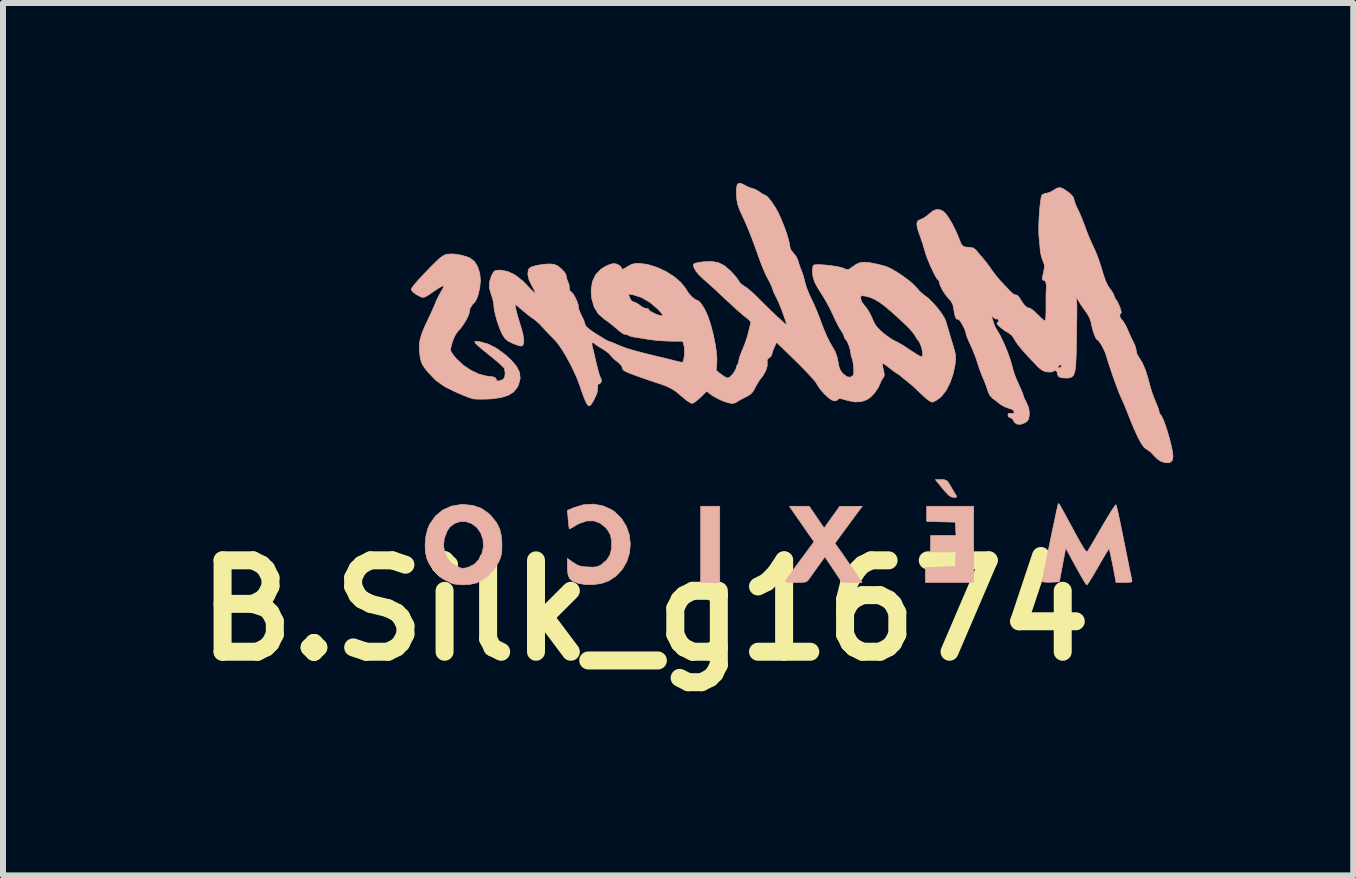
<source format=kicad_pcb>
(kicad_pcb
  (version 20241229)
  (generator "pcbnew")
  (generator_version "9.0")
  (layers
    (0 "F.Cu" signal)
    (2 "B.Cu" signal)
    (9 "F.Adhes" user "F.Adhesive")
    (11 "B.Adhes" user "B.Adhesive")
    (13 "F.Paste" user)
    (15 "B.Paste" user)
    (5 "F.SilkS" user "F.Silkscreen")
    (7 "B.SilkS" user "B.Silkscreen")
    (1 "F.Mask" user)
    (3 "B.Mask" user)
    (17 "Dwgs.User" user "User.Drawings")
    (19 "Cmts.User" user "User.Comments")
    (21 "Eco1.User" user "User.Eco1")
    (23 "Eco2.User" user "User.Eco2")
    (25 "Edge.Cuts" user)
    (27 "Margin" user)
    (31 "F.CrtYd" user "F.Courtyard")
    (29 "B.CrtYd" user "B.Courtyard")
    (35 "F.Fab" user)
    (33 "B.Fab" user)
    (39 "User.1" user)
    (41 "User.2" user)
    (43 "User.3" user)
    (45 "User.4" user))
  (footprint "B.Silk_g1674"
    (layer "F.Cu")
    (at 7.7 7.126)
    (property "Reference" "B.Silk_g1674" (at 0 0 0) (layer "F.SilkS") (effects (font (size 1.524 1.524) (thickness 0.3))))
    (attr through_hole)
    (fp_poly (pts (xy 1.249 -0.466) (xy 0.931 -0.466) (xy 0.931 -1.736) (xy 1.249 -1.736) (xy 1.249 -0.466)) (stroke (width 0.01) (type solid)) (fill yes) (layer "B.SilkS"))
    (fp_poly (pts (xy 5.482 -0.466) (xy 4.678 -0.466) (xy 4.678 -0.718) (xy 4.927 -0.724) (xy 5.175 -0.73) (xy 5.188 -0.974) (xy 4.763 -0.974) (xy 4.763 -1.249) (xy 5.188 -1.249) (xy 5.175 -1.471) (xy 4.699 -1.483) (xy 4.699 -1.736) (xy 5.482 -1.736) (xy 5.482 -0.466)) (stroke (width 0.01) (type solid)) (fill yes) (layer "B.SilkS"))
    (fp_poly (pts (xy 4.995 -2.178) (xy 5.031 -2.164) (xy 5.061 -2.131) (xy 5.092 -2.08) (xy 5.131 -2.013) (xy 5.167 -1.954) (xy 5.181 -1.931) (xy 5.2 -1.898) (xy 5.188 -1.886) (xy 5.15 -1.884) (xy 5.106 -1.893) (xy 5.06 -1.925) (xy 5.005 -1.984) (xy 4.953 -2.046) (xy 4.906 -2.103) (xy 4.883 -2.132) (xy 4.844 -2.18) (xy 4.939 -2.18) (xy 4.995 -2.178)) (stroke (width 0.01) (type solid)) (fill yes) (layer "B.SilkS"))
    (fp_poly (pts (xy 3.573 -1.667) (xy 3.541 -1.624) (xy 3.491 -1.556) (xy 3.428 -1.471) (xy 3.36 -1.378) (xy 3.345 -1.358) (xy 3.169 -1.119) (xy 3.21 -1.062) (xy 3.237 -1.025) (xy 3.282 -0.961) (xy 3.34 -0.877) (xy 3.406 -0.781) (xy 3.437 -0.736) (xy 3.622 -0.466) (xy 3.287 -0.466) (xy 3.145 -0.68) (xy 3.002 -0.894) (xy 2.897 -0.748) (xy 2.842 -0.671) (xy 2.79 -0.598) (xy 2.751 -0.542) (xy 2.746 -0.535) (xy 2.722 -0.502) (xy 2.698 -0.482) (xy 2.665 -0.471) (xy 2.611 -0.467) (xy 2.527 -0.466) (xy 2.512 -0.466) (xy 2.421 -0.467) (xy 2.366 -0.472) (xy 2.342 -0.481) (xy 2.342 -0.492) (xy 2.359 -0.517) (xy 2.397 -0.57) (xy 2.452 -0.645) (xy 2.519 -0.737) (xy 2.589 -0.832) (xy 2.821 -1.145) (xy 2.758 -1.234) (xy 2.72 -1.288) (xy 2.666 -1.366) (xy 2.604 -1.456) (xy 2.553 -1.529) (xy 2.41 -1.736) (xy 2.575 -1.736) (xy 2.741 -1.736) (xy 2.865 -1.554) (xy 2.989 -1.373) (xy 3.119 -1.554) (xy 3.249 -1.735) (xy 3.437 -1.735) (xy 3.625 -1.736) (xy 3.573 -1.667)) (stroke (width 0.01) (type solid)) (fill yes) (layer "B.SilkS"))
    (fp_poly (pts (xy -0.703 -1.745) (xy -0.559 -1.682) (xy -0.504 -1.645) (xy -0.39 -1.533) (xy -0.308 -1.402) (xy -0.259 -1.259) (xy -0.242 -1.109) (xy -0.255 -0.959) (xy -0.3 -0.816) (xy -0.375 -0.685) (xy -0.479 -0.573) (xy -0.601 -0.493) (xy -0.717 -0.451) (xy -0.854 -0.43) (xy -0.994 -0.431) (xy -1.121 -0.454) (xy -1.126 -0.456) (xy -1.204 -0.488) (xy -1.254 -0.532) (xy -1.281 -0.597) (xy -1.291 -0.69) (xy -1.291 -0.724) (xy -1.291 -0.867) (xy -1.195 -0.799) (xy -1.135 -0.761) (xy -1.079 -0.739) (xy -1.01 -0.728) (xy -0.946 -0.724) (xy -0.861 -0.721) (xy -0.803 -0.727) (xy -0.759 -0.743) (xy -0.722 -0.765) (xy -0.631 -0.844) (xy -0.578 -0.934) (xy -0.555 -1.034) (xy -0.553 -1.161) (xy -0.575 -1.262) (xy -0.626 -1.349) (xy -0.649 -1.377) (xy -0.744 -1.455) (xy -0.852 -1.493) (xy -0.97 -1.491) (xy -1.094 -1.449) (xy -1.154 -1.416) (xy -1.209 -1.382) (xy -1.248 -1.362) (xy -1.259 -1.359) (xy -1.263 -1.382) (xy -1.27 -1.435) (xy -1.277 -1.509) (xy -1.278 -1.516) (xy -1.291 -1.667) (xy -1.181 -1.714) (xy -1.022 -1.762) (xy -0.86 -1.772) (xy -0.703 -1.745)) (stroke (width 0.01) (type solid)) (fill yes) (layer "B.SilkS"))
    (fp_poly (pts (xy -2.864 -1.75) (xy -2.725 -1.701) (xy -2.604 -1.617) (xy -2.56 -1.573) (xy -2.474 -1.465) (xy -2.419 -1.357) (xy -2.39 -1.234) (xy -2.382 -1.101) (xy -2.384 -1.003) (xy -2.392 -0.932) (xy -2.409 -0.87) (xy -2.439 -0.802) (xy -2.441 -0.8) (xy -2.512 -0.688) (xy -2.606 -0.586) (xy -2.713 -0.504) (xy -2.808 -0.457) (xy -2.924 -0.432) (xy -3.051 -0.426) (xy -3.172 -0.439) (xy -3.224 -0.454) (xy -3.373 -0.529) (xy -3.497 -0.637) (xy -3.593 -0.774) (xy -3.632 -0.858) (xy -3.658 -0.969) (xy -3.662 -1.079) (xy -3.355 -1.079) (xy -3.343 -1.001) (xy -3.299 -0.88) (xy -3.228 -0.791) (xy -3.145 -0.739) (xy -3.083 -0.712) (xy -3.04 -0.701) (xy -2.997 -0.705) (xy -2.943 -0.719) (xy -2.844 -0.768) (xy -2.767 -0.847) (xy -2.715 -0.947) (xy -2.691 -1.061) (xy -2.697 -1.18) (xy -2.736 -1.292) (xy -2.802 -1.385) (xy -2.887 -1.448) (xy -2.982 -1.48) (xy -3.08 -1.48) (xy -3.172 -1.45) (xy -3.252 -1.388) (xy -3.298 -1.318) (xy -3.344 -1.196) (xy -3.355 -1.079) (xy -3.662 -1.079) (xy -3.663 -1.101) (xy -3.65 -1.238) (xy -3.618 -1.364) (xy -3.587 -1.436) (xy -3.492 -1.571) (xy -3.372 -1.672) (xy -3.23 -1.737) (xy -3.069 -1.765) (xy -3.027 -1.766) (xy -2.864 -1.75)) (stroke (width 0.01) (type solid)) (fill yes) (layer "B.SilkS"))
    (fp_poly (pts (xy 6.907 -1.772) (xy 6.921 -1.751) (xy 6.942 -1.714) (xy 6.975 -1.655) (xy 7.021 -1.571) (xy 7.083 -1.457) (xy 7.135 -1.36) (xy 7.209 -1.224) (xy 7.266 -1.123) (xy 7.309 -1.051) (xy 7.339 -1.006) (xy 7.36 -0.984) (xy 7.374 -0.981) (xy 7.38 -0.985) (xy 7.397 -1.013) (xy 7.432 -1.071) (xy 7.481 -1.154) (xy 7.54 -1.256) (xy 7.606 -1.37) (xy 7.622 -1.398) (xy 7.688 -1.51) (xy 7.747 -1.608) (xy 7.797 -1.686) (xy 7.833 -1.739) (xy 7.853 -1.762) (xy 7.855 -1.762) (xy 7.863 -1.738) (xy 7.878 -1.678) (xy 7.898 -1.587) (xy 7.923 -1.47) (xy 7.952 -1.333) (xy 7.982 -1.181) (xy 7.99 -1.143) (xy 8.021 -0.987) (xy 8.05 -0.844) (xy 8.075 -0.718) (xy 8.096 -0.617) (xy 8.111 -0.544) (xy 8.119 -0.506) (xy 8.12 -0.503) (xy 8.121 -0.483) (xy 8.104 -0.471) (xy 8.06 -0.467) (xy 7.993 -0.466) (xy 7.855 -0.466) (xy 7.841 -0.545) (xy 7.826 -0.624) (xy 7.809 -0.715) (xy 7.79 -0.809) (xy 7.771 -0.897) (xy 7.756 -0.969) (xy 7.744 -1.016) (xy 7.74 -1.03) (xy 7.728 -1.015) (xy 7.699 -0.968) (xy 7.656 -0.897) (xy 7.603 -0.806) (xy 7.559 -0.73) (xy 7.5 -0.628) (xy 7.448 -0.541) (xy 7.406 -0.473) (xy 7.377 -0.433) (xy 7.368 -0.423) (xy 7.353 -0.441) (xy 7.322 -0.49) (xy 7.278 -0.564) (xy 7.226 -0.657) (xy 7.184 -0.732) (xy 7.017 -1.04) (xy 6.911 -0.476) (xy 6.768 -0.47) (xy 6.69 -0.47) (xy 6.64 -0.475) (xy 6.625 -0.485) (xy 6.629 -0.512) (xy 6.641 -0.574) (xy 6.658 -0.664) (xy 6.681 -0.776) (xy 6.707 -0.904) (xy 6.735 -1.042) (xy 6.764 -1.184) (xy 6.793 -1.324) (xy 6.821 -1.455) (xy 6.846 -1.572) (xy 6.866 -1.668) (xy 6.882 -1.737) (xy 6.891 -1.773) (xy 6.892 -1.776) (xy 6.895 -1.78) (xy 6.9 -1.78) (xy 6.907 -1.772)) (stroke (width 0.01) (type solid)) (fill yes) (layer "B.SilkS"))
    (fp_poly (pts (xy -3.086 -5.928) (xy -2.974 -5.898) (xy -2.912 -5.873) (xy -2.841 -5.817) (xy -2.787 -5.73) (xy -2.752 -5.621) (xy -2.74 -5.498) (xy -2.752 -5.38) (xy -2.776 -5.272) (xy -2.802 -5.195) (xy -2.834 -5.141) (xy -2.87 -5.104) (xy -2.913 -5.04) (xy -2.921 -4.992) (xy -2.934 -4.936) (xy -2.968 -4.861) (xy -3.017 -4.778) (xy -3.073 -4.7) (xy -3.124 -4.643) (xy -3.157 -4.596) (xy -3.191 -4.524) (xy -3.219 -4.442) (xy -3.236 -4.367) (xy -3.239 -4.336) (xy -3.225 -4.304) (xy -3.188 -4.251) (xy -3.137 -4.19) (xy -3.127 -4.18) (xy -3.02 -4.083) (xy -2.897 -4.001) (xy -2.769 -3.941) (xy -2.649 -3.908) (xy -2.623 -3.905) (xy -2.543 -3.896) (xy -2.497 -3.882) (xy -2.478 -3.858) (xy -2.477 -3.842) (xy -2.46 -3.826) (xy -2.422 -3.827) (xy -2.375 -3.845) (xy -2.355 -3.858) (xy -2.335 -3.895) (xy -2.329 -3.955) (xy -2.337 -4.017) (xy -2.342 -4.032) (xy -2.363 -4.059) (xy -2.411 -4.105) (xy -2.476 -4.162) (xy -2.527 -4.204) (xy -2.646 -4.3) (xy -2.734 -4.372) (xy -2.793 -4.424) (xy -2.827 -4.458) (xy -2.836 -4.478) (xy -2.824 -4.486) (xy -2.792 -4.485) (xy -2.755 -4.48) (xy -2.613 -4.441) (xy -2.471 -4.369) (xy -2.325 -4.261) (xy -2.228 -4.172) (xy -2.138 -4.068) (xy -2.088 -3.966) (xy -2.078 -3.865) (xy -2.106 -3.76) (xy -2.123 -3.724) (xy -2.184 -3.645) (xy -2.274 -3.587) (xy -2.397 -3.548) (xy -2.554 -3.527) (xy -2.625 -3.523) (xy -2.717 -3.521) (xy -2.797 -3.522) (xy -2.853 -3.526) (xy -2.868 -3.528) (xy -2.955 -3.557) (xy -3.064 -3.601) (xy -3.18 -3.653) (xy -3.289 -3.707) (xy -3.35 -3.74) (xy -3.487 -3.838) (xy -3.611 -3.967) (xy -3.67 -4.041) (xy -3.708 -4.099) (xy -3.73 -4.154) (xy -3.745 -4.219) (xy -3.749 -4.251) (xy -3.76 -4.352) (xy -3.759 -4.442) (xy -3.743 -4.532) (xy -3.711 -4.632) (xy -3.66 -4.753) (xy -3.626 -4.824) (xy -3.579 -4.925) (xy -3.536 -5.019) (xy -3.502 -5.096) (xy -3.482 -5.146) (xy -3.482 -5.146) (xy -3.452 -5.213) (xy -3.412 -5.288) (xy -3.398 -5.312) (xy -3.367 -5.366) (xy -3.353 -5.404) (xy -3.354 -5.414) (xy -3.375 -5.408) (xy -3.423 -5.382) (xy -3.487 -5.341) (xy -3.524 -5.316) (xy -3.599 -5.264) (xy -3.649 -5.233) (xy -3.684 -5.22) (xy -3.714 -5.221) (xy -3.747 -5.233) (xy -3.752 -5.235) (xy -3.815 -5.269) (xy -3.866 -5.309) (xy -3.893 -5.345) (xy -3.895 -5.353) (xy -3.879 -5.383) (xy -3.835 -5.44) (xy -3.763 -5.522) (xy -3.665 -5.627) (xy -3.567 -5.729) (xy -3.482 -5.813) (xy -3.418 -5.871) (xy -3.369 -5.908) (xy -3.326 -5.93) (xy -3.292 -5.939) (xy -3.198 -5.943) (xy -3.086 -5.928)) (stroke (width 0.01) (type solid)) (fill yes) (layer "B.SilkS"))
    (fp_poly (pts (xy 6.972 -7.031) (xy 6.996 -7.017) (xy 7.088 -6.951) (xy 7.141 -6.893) (xy 7.154 -6.854) (xy 7.164 -6.815) (xy 7.187 -6.753) (xy 7.215 -6.693) (xy 7.252 -6.615) (xy 7.294 -6.515) (xy 7.333 -6.412) (xy 7.341 -6.389) (xy 7.381 -6.283) (xy 7.428 -6.17) (xy 7.473 -6.072) (xy 7.48 -6.058) (xy 7.521 -5.967) (xy 7.564 -5.855) (xy 7.601 -5.742) (xy 7.61 -5.714) (xy 7.65 -5.581) (xy 7.686 -5.481) (xy 7.723 -5.407) (xy 7.763 -5.35) (xy 7.768 -5.345) (xy 7.804 -5.29) (xy 7.822 -5.249) (xy 7.838 -5.206) (xy 7.85 -5.186) (xy 7.873 -5.156) (xy 7.898 -5.105) (xy 7.922 -5.048) (xy 7.938 -4.996) (xy 7.943 -4.963) (xy 7.939 -4.957) (xy 7.919 -4.932) (xy 7.921 -4.891) (xy 7.945 -4.851) (xy 7.954 -4.843) (xy 7.981 -4.81) (xy 8.016 -4.751) (xy 8.05 -4.678) (xy 8.086 -4.594) (xy 8.124 -4.514) (xy 8.15 -4.462) (xy 8.177 -4.399) (xy 8.191 -4.343) (xy 8.191 -4.333) (xy 8.204 -4.277) (xy 8.229 -4.231) (xy 8.294 -4.127) (xy 8.347 -4.004) (xy 8.394 -3.85) (xy 8.404 -3.81) (xy 8.433 -3.704) (xy 8.467 -3.597) (xy 8.502 -3.507) (xy 8.513 -3.482) (xy 8.543 -3.411) (xy 8.565 -3.352) (xy 8.572 -3.319) (xy 8.582 -3.282) (xy 8.59 -3.273) (xy 8.614 -3.241) (xy 8.645 -3.176) (xy 8.678 -3.087) (xy 8.712 -2.983) (xy 8.745 -2.871) (xy 8.773 -2.762) (xy 8.793 -2.663) (xy 8.804 -2.584) (xy 8.805 -2.559) (xy 8.79 -2.496) (xy 8.748 -2.462) (xy 8.68 -2.461) (xy 8.604 -2.485) (xy 8.55 -2.52) (xy 8.495 -2.573) (xy 8.483 -2.587) (xy 8.433 -2.64) (xy 8.377 -2.68) (xy 8.364 -2.687) (xy 8.324 -2.718) (xy 8.277 -2.783) (xy 8.223 -2.882) (xy 8.16 -3.018) (xy 8.088 -3.192) (xy 8.051 -3.287) (xy 8.013 -3.382) (xy 7.975 -3.472) (xy 7.943 -3.544) (xy 7.932 -3.567) (xy 7.912 -3.613) (xy 7.882 -3.69) (xy 7.846 -3.788) (xy 7.807 -3.897) (xy 7.769 -4.008) (xy 7.735 -4.11) (xy 7.708 -4.194) (xy 7.695 -4.243) (xy 7.674 -4.302) (xy 7.643 -4.369) (xy 7.608 -4.433) (xy 7.574 -4.483) (xy 7.549 -4.508) (xy 7.546 -4.508) (xy 7.526 -4.528) (xy 7.501 -4.579) (xy 7.475 -4.652) (xy 7.452 -4.738) (xy 7.436 -4.818) (xy 7.417 -4.871) (xy 7.38 -4.939) (xy 7.343 -4.992) (xy 7.291 -5.065) (xy 7.243 -5.138) (xy 7.218 -5.18) (xy 7.196 -5.217) (xy 7.188 -5.221) (xy 7.191 -5.207) (xy 7.195 -5.188) (xy 7.199 -5.16) (xy 7.201 -5.12) (xy 7.203 -5.063) (xy 7.203 -4.986) (xy 7.202 -4.884) (xy 7.2 -4.753) (xy 7.198 -4.589) (xy 7.194 -4.388) (xy 7.193 -4.317) (xy 7.188 -4.168) (xy 7.181 -4.056) (xy 7.168 -3.976) (xy 7.148 -3.923) (xy 7.118 -3.892) (xy 7.078 -3.877) (xy 7.029 -3.873) (xy 6.947 -3.879) (xy 6.9 -3.896) (xy 6.881 -3.93) (xy 6.879 -3.95) (xy 6.866 -3.988) (xy 6.838 -4.002) (xy 6.809 -3.985) (xy 6.808 -3.984) (xy 6.782 -3.975) (xy 6.731 -3.974) (xy 6.713 -3.975) (xy 6.659 -3.986) (xy 6.611 -4.012) (xy 6.566 -4.051) (xy 6.879 -4.051) (xy 6.896 -4.044) (xy 6.911 -4.043) (xy 6.938 -4.06) (xy 6.943 -4.077) (xy 6.937 -4.1) (xy 6.914 -4.088) (xy 6.911 -4.085) (xy 6.885 -4.06) (xy 6.879 -4.051) (xy 6.566 -4.051) (xy 6.556 -4.06) (xy 6.523 -4.093) (xy 6.395 -4.228) (xy 6.297 -4.336) (xy 6.226 -4.422) (xy 6.181 -4.486) (xy 6.161 -4.523) (xy 6.12 -4.584) (xy 6.068 -4.624) (xy 6.008 -4.659) (xy 5.943 -4.707) (xy 5.927 -4.721) (xy 5.883 -4.762) (xy 5.87 -4.787) (xy 5.883 -4.804) (xy 5.884 -4.805) (xy 5.904 -4.827) (xy 5.889 -4.851) (xy 5.868 -4.864) (xy 5.863 -4.859) (xy 5.85 -4.858) (xy 5.818 -4.88) (xy 5.817 -4.881) (xy 5.785 -4.908) (xy 5.778 -4.906) (xy 5.788 -4.879) (xy 5.806 -4.823) (xy 5.816 -4.784) (xy 5.837 -4.73) (xy 5.871 -4.672) (xy 5.874 -4.667) (xy 5.912 -4.605) (xy 5.958 -4.514) (xy 6.006 -4.407) (xy 6.051 -4.295) (xy 6.089 -4.189) (xy 6.115 -4.102) (xy 6.119 -4.085) (xy 6.143 -3.996) (xy 6.176 -3.899) (xy 6.196 -3.852) (xy 6.242 -3.749) (xy 6.274 -3.678) (xy 6.293 -3.633) (xy 6.303 -3.605) (xy 6.307 -3.59) (xy 6.308 -3.584) (xy 6.317 -3.557) (xy 6.341 -3.506) (xy 6.362 -3.465) (xy 6.399 -3.377) (xy 6.41 -3.295) (xy 6.409 -3.265) (xy 6.401 -3.2) (xy 6.381 -3.161) (xy 6.34 -3.13) (xy 6.336 -3.128) (xy 6.267 -3.102) (xy 6.206 -3.105) (xy 6.163 -3.134) (xy 6.152 -3.157) (xy 6.125 -3.197) (xy 6.098 -3.211) (xy 6.063 -3.226) (xy 6.054 -3.258) (xy 6.055 -3.276) (xy 6.073 -3.285) (xy 6.109 -3.284) (xy 6.149 -3.285) (xy 6.157 -3.307) (xy 6.156 -3.315) (xy 6.129 -3.348) (xy 6.067 -3.37) (xy 5.995 -3.396) (xy 5.925 -3.437) (xy 5.915 -3.445) (xy 5.856 -3.492) (xy 5.8 -3.534) (xy 5.792 -3.541) (xy 5.745 -3.594) (xy 5.715 -3.668) (xy 5.692 -3.741) (xy 5.659 -3.826) (xy 5.643 -3.863) (xy 5.611 -3.94) (xy 5.576 -4.035) (xy 5.548 -4.121) (xy 5.515 -4.221) (xy 5.471 -4.333) (xy 5.429 -4.427) (xy 5.394 -4.504) (xy 5.368 -4.568) (xy 5.356 -4.608) (xy 5.355 -4.613) (xy 5.346 -4.653) (xy 5.323 -4.708) (xy 5.293 -4.766) (xy 5.261 -4.818) (xy 5.235 -4.85) (xy 5.223 -4.854) (xy 5.196 -4.857) (xy 5.173 -4.902) (xy 5.155 -4.989) (xy 5.152 -5.013) (xy 5.136 -5.095) (xy 5.104 -5.156) (xy 5.068 -5.196) (xy 5.016 -5.258) (xy 4.967 -5.331) (xy 4.93 -5.403) (xy 4.911 -5.459) (xy 4.911 -5.469) (xy 4.9 -5.501) (xy 4.892 -5.507) (xy 4.87 -5.531) (xy 4.838 -5.585) (xy 4.8 -5.661) (xy 4.759 -5.749) (xy 4.721 -5.84) (xy 4.689 -5.924) (xy 4.669 -5.99) (xy 4.64 -6.089) (xy 4.604 -6.198) (xy 4.581 -6.262) (xy 4.544 -6.371) (xy 4.534 -6.448) (xy 4.552 -6.496) (xy 4.593 -6.516) (xy 4.638 -6.534) (xy 4.696 -6.573) (xy 4.736 -6.606) (xy 4.807 -6.663) (xy 4.869 -6.685) (xy 4.93 -6.676) (xy 4.974 -6.653) (xy 5.015 -6.615) (xy 5.066 -6.545) (xy 5.121 -6.452) (xy 5.175 -6.346) (xy 5.224 -6.234) (xy 5.24 -6.191) (xy 5.27 -6.118) (xy 5.298 -6.077) (xy 5.336 -6.059) (xy 5.394 -6.054) (xy 5.403 -6.054) (xy 5.476 -6.042) (xy 5.519 -6.008) (xy 5.555 -5.965) (xy 5.604 -5.907) (xy 5.632 -5.875) (xy 5.689 -5.806) (xy 5.75 -5.724) (xy 5.778 -5.683) (xy 5.835 -5.605) (xy 5.902 -5.522) (xy 5.939 -5.482) (xy 6 -5.417) (xy 6.061 -5.352) (xy 6.093 -5.318) (xy 6.138 -5.278) (xy 6.175 -5.26) (xy 6.185 -5.261) (xy 6.215 -5.25) (xy 6.252 -5.203) (xy 6.265 -5.181) (xy 6.32 -5.097) (xy 6.37 -5.051) (xy 6.414 -5.038) (xy 6.444 -5.024) (xy 6.492 -4.986) (xy 6.548 -4.933) (xy 6.549 -4.932) (xy 6.603 -4.879) (xy 6.646 -4.841) (xy 6.671 -4.826) (xy 6.671 -4.826) (xy 6.679 -4.846) (xy 6.685 -4.9) (xy 6.688 -4.98) (xy 6.688 -5.064) (xy 6.688 -5.163) (xy 6.688 -5.248) (xy 6.689 -5.309) (xy 6.691 -5.334) (xy 6.695 -5.407) (xy 6.686 -5.466) (xy 6.668 -5.499) (xy 6.657 -5.503) (xy 6.636 -5.506) (xy 6.627 -5.521) (xy 6.63 -5.558) (xy 6.644 -5.623) (xy 6.649 -5.646) (xy 6.662 -5.717) (xy 6.658 -5.769) (xy 6.637 -5.825) (xy 6.636 -5.827) (xy 6.611 -5.899) (xy 6.594 -5.982) (xy 6.592 -6.006) (xy 6.585 -6.086) (xy 6.576 -6.182) (xy 6.571 -6.234) (xy 6.567 -6.31) (xy 6.567 -6.408) (xy 6.571 -6.517) (xy 6.578 -6.629) (xy 6.587 -6.734) (xy 6.598 -6.825) (xy 6.609 -6.892) (xy 6.621 -6.926) (xy 6.622 -6.927) (xy 6.662 -6.948) (xy 6.696 -6.954) (xy 6.747 -6.968) (xy 6.804 -6.998) (xy 6.807 -7) (xy 6.871 -7.039) (xy 6.921 -7.049) (xy 6.972 -7.031)) (stroke (width 0.01) (type solid)) (fill yes) (layer "B.SilkS"))
    (fp_poly (pts (xy 1.605 -7.119) (xy 1.664 -7.089) (xy 1.725 -7.057) (xy 1.78 -7.038) (xy 1.791 -7.036) (xy 1.839 -7.02) (xy 1.897 -6.986) (xy 1.912 -6.976) (xy 1.961 -6.942) (xy 1.999 -6.923) (xy 2.007 -6.921) (xy 2.035 -6.904) (xy 2.077 -6.859) (xy 2.126 -6.793) (xy 2.176 -6.716) (xy 2.221 -6.637) (xy 2.228 -6.621) (xy 2.276 -6.516) (xy 2.321 -6.404) (xy 2.361 -6.294) (xy 2.391 -6.196) (xy 2.41 -6.12) (xy 2.413 -6.088) (xy 2.429 -6.019) (xy 2.475 -5.959) (xy 2.52 -5.904) (xy 2.55 -5.844) (xy 2.552 -5.835) (xy 2.57 -5.775) (xy 2.596 -5.701) (xy 2.608 -5.674) (xy 2.638 -5.59) (xy 2.663 -5.498) (xy 2.669 -5.472) (xy 2.689 -5.401) (xy 2.723 -5.311) (xy 2.764 -5.22) (xy 2.77 -5.207) (xy 2.811 -5.121) (xy 2.859 -5.01) (xy 2.907 -4.89) (xy 2.943 -4.794) (xy 2.986 -4.682) (xy 3.034 -4.571) (xy 3.081 -4.475) (xy 3.117 -4.413) (xy 3.174 -4.313) (xy 3.207 -4.217) (xy 3.22 -4.149) (xy 3.237 -4.063) (xy 3.26 -4.002) (xy 3.299 -3.951) (xy 3.307 -3.943) (xy 3.37 -3.895) (xy 3.426 -3.887) (xy 3.473 -3.918) (xy 3.477 -3.924) (xy 3.484 -3.956) (xy 3.483 -4.015) (xy 3.478 -4.084) (xy 3.469 -4.149) (xy 3.458 -4.194) (xy 3.455 -4.201) (xy 3.442 -4.237) (xy 3.437 -4.266) (xy 3.424 -4.344) (xy 3.401 -4.421) (xy 3.374 -4.482) (xy 3.355 -4.509) (xy 3.328 -4.545) (xy 3.323 -4.565) (xy 3.311 -4.601) (xy 3.282 -4.651) (xy 3.273 -4.663) (xy 3.242 -4.713) (xy 3.202 -4.788) (xy 3.159 -4.878) (xy 3.14 -4.921) (xy 3.088 -5.029) (xy 3.026 -5.145) (xy 2.994 -5.199) (xy 3.598 -5.199) (xy 3.616 -5.143) (xy 3.664 -5.08) (xy 3.669 -5.074) (xy 3.715 -5.015) (xy 3.761 -4.935) (xy 3.791 -4.869) (xy 3.826 -4.788) (xy 3.868 -4.725) (xy 3.929 -4.664) (xy 3.968 -4.629) (xy 4.04 -4.573) (xy 4.109 -4.525) (xy 4.163 -4.495) (xy 4.166 -4.494) (xy 4.221 -4.466) (xy 4.294 -4.424) (xy 4.357 -4.384) (xy 4.459 -4.316) (xy 4.531 -4.27) (xy 4.579 -4.242) (xy 4.608 -4.23) (xy 4.623 -4.232) (xy 4.63 -4.245) (xy 4.631 -4.253) (xy 4.63 -4.299) (xy 4.619 -4.362) (xy 4.615 -4.379) (xy 4.594 -4.44) (xy 4.569 -4.486) (xy 4.564 -4.493) (xy 4.534 -4.531) (xy 4.502 -4.584) (xy 4.469 -4.632) (xy 4.416 -4.693) (xy 4.367 -4.743) (xy 4.221 -4.881) (xy 4.099 -4.99) (xy 3.996 -5.076) (xy 3.909 -5.14) (xy 3.832 -5.185) (xy 3.761 -5.217) (xy 3.692 -5.236) (xy 3.677 -5.239) (xy 3.625 -5.247) (xy 3.603 -5.238) (xy 3.598 -5.208) (xy 3.598 -5.199) (xy 2.994 -5.199) (xy 2.964 -5.249) (xy 2.95 -5.271) (xy 2.879 -5.383) (xy 2.832 -5.473) (xy 2.805 -5.554) (xy 2.795 -5.634) (xy 2.794 -5.664) (xy 2.799 -5.725) (xy 2.815 -5.755) (xy 2.831 -5.761) (xy 2.887 -5.765) (xy 2.97 -5.761) (xy 3.066 -5.752) (xy 3.163 -5.739) (xy 3.247 -5.723) (xy 3.306 -5.707) (xy 3.316 -5.703) (xy 3.361 -5.682) (xy 3.393 -5.682) (xy 3.431 -5.705) (xy 3.454 -5.722) (xy 3.526 -5.771) (xy 3.59 -5.798) (xy 3.661 -5.805) (xy 3.753 -5.796) (xy 3.791 -5.789) (xy 3.882 -5.771) (xy 3.969 -5.749) (xy 4.032 -5.73) (xy 4.109 -5.694) (xy 4.203 -5.639) (xy 4.302 -5.573) (xy 4.396 -5.504) (xy 4.474 -5.438) (xy 4.526 -5.384) (xy 4.529 -5.38) (xy 4.584 -5.318) (xy 4.647 -5.263) (xy 4.664 -5.251) (xy 4.732 -5.199) (xy 4.807 -5.124) (xy 4.882 -5.038) (xy 4.948 -4.95) (xy 4.997 -4.87) (xy 5.018 -4.82) (xy 5.034 -4.764) (xy 5.059 -4.679) (xy 5.089 -4.578) (xy 5.117 -4.487) (xy 5.149 -4.383) (xy 5.169 -4.308) (xy 5.18 -4.25) (xy 5.182 -4.198) (xy 5.177 -4.141) (xy 5.169 -4.078) (xy 5.136 -3.93) (xy 5.086 -3.79) (xy 5.023 -3.668) (xy 4.95 -3.573) (xy 4.906 -3.534) (xy 4.851 -3.498) (xy 4.807 -3.475) (xy 4.793 -3.471) (xy 4.751 -3.488) (xy 4.684 -3.538) (xy 4.593 -3.622) (xy 4.552 -3.662) (xy 4.481 -3.729) (xy 4.403 -3.796) (xy 4.36 -3.831) (xy 4.306 -3.873) (xy 4.267 -3.905) (xy 4.255 -3.917) (xy 4.229 -3.937) (xy 4.199 -3.954) (xy 4.158 -3.981) (xy 4.101 -4.024) (xy 4.064 -4.053) (xy 4.013 -4.093) (xy 3.976 -4.116) (xy 3.963 -4.118) (xy 3.962 -4.094) (xy 3.97 -4.042) (xy 3.978 -4.009) (xy 3.991 -3.944) (xy 3.989 -3.904) (xy 3.972 -3.876) (xy 3.94 -3.826) (xy 3.929 -3.798) (xy 3.89 -3.713) (xy 3.831 -3.626) (xy 3.762 -3.554) (xy 3.706 -3.515) (xy 3.608 -3.48) (xy 3.501 -3.475) (xy 3.376 -3.5) (xy 3.348 -3.508) (xy 3.278 -3.528) (xy 3.239 -3.531) (xy 3.223 -3.519) (xy 3.223 -3.519) (xy 3.197 -3.499) (xy 3.158 -3.493) (xy 3.113 -3.509) (xy 3.054 -3.552) (xy 2.989 -3.613) (xy 2.928 -3.683) (xy 2.879 -3.754) (xy 2.867 -3.778) (xy 2.842 -3.814) (xy 2.792 -3.873) (xy 2.721 -3.95) (xy 2.635 -4.039) (xy 2.539 -4.136) (xy 2.515 -4.159) (xy 2.196 -4.47) (xy 2.156 -4.381) (xy 2.132 -4.321) (xy 2.118 -4.275) (xy 2.117 -4.264) (xy 2.1 -4.232) (xy 2.072 -4.211) (xy 2.04 -4.18) (xy 2.041 -4.137) (xy 2.04 -4.074) (xy 2.016 -3.997) (xy 1.975 -3.921) (xy 1.942 -3.878) (xy 1.907 -3.832) (xy 1.866 -3.764) (xy 1.842 -3.719) (xy 1.804 -3.65) (xy 1.761 -3.604) (xy 1.697 -3.565) (xy 1.672 -3.553) (xy 1.606 -3.519) (xy 1.553 -3.489) (xy 1.53 -3.473) (xy 1.49 -3.455) (xy 1.454 -3.45) (xy 1.391 -3.461) (xy 1.308 -3.489) (xy 1.22 -3.529) (xy 1.139 -3.573) (xy 1.103 -3.598) (xy 1.032 -3.654) (xy 0.927 -3.552) (xy 0.87 -3.501) (xy 0.821 -3.464) (xy 0.79 -3.45) (xy 0.755 -3.463) (xy 0.704 -3.496) (xy 0.675 -3.519) (xy 0.605 -3.577) (xy 0.533 -3.637) (xy 0.513 -3.653) (xy 0.45 -3.694) (xy 0.362 -3.737) (xy 0.265 -3.773) (xy 0.265 -3.773) (xy 0.171 -3.804) (xy 0.055 -3.843) (xy -0.066 -3.885) (xy -0.138 -3.91) (xy -0.239 -3.948) (xy -0.307 -3.976) (xy -0.347 -3.998) (xy -0.367 -4.019) (xy -0.371 -4.038) (xy -0.39 -4.082) (xy -0.442 -4.134) (xy -0.46 -4.147) (xy -0.516 -4.193) (xy -0.559 -4.237) (xy -0.571 -4.254) (xy -0.602 -4.287) (xy -0.657 -4.329) (xy -0.71 -4.363) (xy -0.772 -4.4) (xy -0.819 -4.431) (xy -0.837 -4.447) (xy -0.863 -4.468) (xy -0.881 -4.454) (xy -0.88 -4.419) (xy -0.87 -4.379) (xy -0.853 -4.309) (xy -0.832 -4.219) (xy -0.814 -4.14) (xy -0.791 -4.045) (xy -0.769 -3.963) (xy -0.75 -3.905) (xy -0.739 -3.882) (xy -0.723 -3.841) (xy -0.73 -3.8) (xy -0.757 -3.778) (xy -0.762 -3.778) (xy -0.785 -3.763) (xy -0.787 -3.716) (xy -0.791 -3.649) (xy -0.806 -3.6) (xy -0.854 -3.5) (xy -0.891 -3.438) (xy -0.92 -3.41) (xy -0.945 -3.415) (xy -0.97 -3.45) (xy -0.993 -3.498) (xy -1.02 -3.565) (xy -1.053 -3.654) (xy -1.08 -3.736) (xy -1.125 -3.857) (xy -1.184 -3.99) (xy -1.252 -4.126) (xy -1.324 -4.257) (xy -1.395 -4.372) (xy -1.46 -4.462) (xy -1.498 -4.505) (xy -1.571 -4.579) (xy -1.65 -4.662) (xy -1.694 -4.711) (xy -1.754 -4.774) (xy -1.813 -4.828) (xy -1.852 -4.858) (xy -1.9 -4.891) (xy -1.966 -4.942) (xy -2.036 -5) (xy -2.04 -5.003) (xy -2.165 -5.11) (xy -2.151 -5.026) (xy -2.137 -4.968) (xy -2.114 -4.885) (xy -2.086 -4.79) (xy -2.072 -4.748) (xy -2.035 -4.618) (xy -2.018 -4.517) (xy -2.021 -4.447) (xy -2.044 -4.411) (xy -2.054 -4.407) (xy -2.09 -4.412) (xy -2.15 -4.431) (xy -2.207 -4.454) (xy -2.28 -4.49) (xy -2.327 -4.529) (xy -2.365 -4.584) (xy -2.384 -4.619) (xy -2.424 -4.712) (xy -2.462 -4.822) (xy -2.493 -4.934) (xy -2.513 -5.035) (xy -2.518 -5.095) (xy -2.527 -5.154) (xy -2.547 -5.23) (xy -2.563 -5.274) (xy -2.592 -5.376) (xy -2.59 -5.471) (xy -2.558 -5.573) (xy -2.545 -5.601) (xy -2.52 -5.645) (xy -2.491 -5.666) (xy -2.441 -5.672) (xy -2.413 -5.673) (xy -2.289 -5.652) (xy -2.162 -5.591) (xy -2.034 -5.491) (xy -1.977 -5.433) (xy -1.902 -5.353) (xy -1.852 -5.306) (xy -1.828 -5.291) (xy -1.828 -5.308) (xy -1.852 -5.357) (xy -1.877 -5.402) (xy -1.93 -5.51) (xy -1.951 -5.604) (xy -1.942 -5.678) (xy -1.925 -5.705) (xy -1.89 -5.726) (xy -1.824 -5.746) (xy -1.741 -5.762) (xy -1.653 -5.773) (xy -1.584 -5.776) (xy -1.515 -5.77) (xy -1.459 -5.746) (xy -1.399 -5.701) (xy -1.344 -5.645) (xy -1.315 -5.596) (xy -1.312 -5.581) (xy -1.302 -5.529) (xy -1.28 -5.474) (xy -1.261 -5.419) (xy -1.26 -5.375) (xy -1.26 -5.374) (xy -1.254 -5.334) (xy -1.232 -5.315) (xy -1.202 -5.285) (xy -1.168 -5.23) (xy -1.136 -5.164) (xy -1.113 -5.102) (xy -1.105 -5.058) (xy -1.106 -5.052) (xy -1.101 -5.022) (xy -1.08 -4.967) (xy -1.055 -4.914) (xy -1.022 -4.847) (xy -1.001 -4.79) (xy -0.995 -4.762) (xy -0.976 -4.73) (xy -0.919 -4.681) (xy -0.825 -4.617) (xy -0.807 -4.606) (xy -0.728 -4.557) (xy -0.663 -4.518) (xy -0.618 -4.493) (xy -0.604 -4.487) (xy -0.576 -4.479) (xy -0.528 -4.459) (xy -0.522 -4.457) (xy -0.423 -4.414) (xy -0.319 -4.375) (xy -0.201 -4.338) (xy -0.06 -4.3) (xy 0.114 -4.257) (xy 0.123 -4.254) (xy 0.246 -4.225) (xy 0.359 -4.198) (xy 0.454 -4.174) (xy 0.522 -4.157) (xy 0.549 -4.15) (xy 0.6 -4.138) (xy 0.629 -4.137) (xy 0.631 -4.138) (xy 0.647 -4.174) (xy 0.657 -4.236) (xy 0.662 -4.309) (xy 0.659 -4.377) (xy 0.654 -4.408) (xy 0.633 -4.487) (xy 0.428 -4.488) (xy 0.31 -4.493) (xy 0.182 -4.503) (xy 0.066 -4.517) (xy 0.042 -4.521) (xy -0.048 -4.536) (xy -0.13 -4.549) (xy -0.188 -4.559) (xy -0.198 -4.56) (xy -0.25 -4.573) (xy -0.28 -4.59) (xy -0.315 -4.603) (xy -0.328 -4.601) (xy -0.355 -4.609) (xy -0.403 -4.641) (xy -0.461 -4.689) (xy -0.468 -4.695) (xy -0.541 -4.757) (xy -0.617 -4.816) (xy -0.673 -4.855) (xy -0.775 -4.943) (xy -0.846 -5.06) (xy -0.886 -5.203) (xy -0.891 -5.275) (xy -0.275 -5.275) (xy -0.252 -5.209) (xy -0.222 -5.159) (xy -0.19 -5.144) (xy -0.15 -5.13) (xy -0.098 -5.098) (xy -0.082 -5.085) (xy -0.031 -5.05) (xy 0.015 -5.034) (xy 0.025 -5.034) (xy 0.057 -5.029) (xy 0.064 -5.017) (xy 0.081 -4.995) (xy 0.127 -4.967) (xy 0.185 -4.939) (xy 0.244 -4.918) (xy 0.285 -4.911) (xy 0.3 -4.917) (xy 0.291 -4.94) (xy 0.255 -4.982) (xy 0.211 -5.028) (xy 0.084 -5.136) (xy -0.054 -5.216) (xy -0.19 -5.26) (xy -0.195 -5.261) (xy -0.275 -5.275) (xy -0.891 -5.275) (xy -0.895 -5.338) (xy -0.875 -5.478) (xy -0.82 -5.596) (xy -0.731 -5.689) (xy -0.657 -5.735) (xy -0.583 -5.768) (xy -0.53 -5.781) (xy -0.482 -5.777) (xy -0.472 -5.775) (xy -0.421 -5.75) (xy -0.392 -5.715) (xy -0.392 -5.715) (xy -0.382 -5.692) (xy -0.365 -5.688) (xy -0.331 -5.706) (xy -0.291 -5.731) (xy -0.219 -5.77) (xy -0.146 -5.785) (xy -0.097 -5.786) (xy 0.049 -5.767) (xy 0.2 -5.72) (xy 0.348 -5.652) (xy 0.483 -5.567) (xy 0.597 -5.471) (xy 0.68 -5.368) (xy 0.695 -5.341) (xy 0.734 -5.283) (xy 0.786 -5.227) (xy 0.839 -5.184) (xy 0.882 -5.165) (xy 0.886 -5.165) (xy 0.911 -5.147) (xy 0.948 -5.101) (xy 0.989 -5.036) (xy 1.006 -5.006) (xy 1.052 -4.902) (xy 1.096 -4.77) (xy 1.136 -4.622) (xy 1.168 -4.47) (xy 1.191 -4.325) (xy 1.202 -4.199) (xy 1.201 -4.133) (xy 1.19 -4) (xy 1.27 -3.937) (xy 1.324 -3.899) (xy 1.369 -3.877) (xy 1.383 -3.873) (xy 1.417 -3.89) (xy 1.458 -3.931) (xy 1.497 -3.983) (xy 1.521 -4.031) (xy 1.524 -4.049) (xy 1.536 -4.086) (xy 1.545 -4.096) (xy 1.561 -4.125) (xy 1.566 -4.161) (xy 1.575 -4.206) (xy 1.598 -4.274) (xy 1.63 -4.351) (xy 1.632 -4.356) (xy 1.67 -4.449) (xy 1.704 -4.55) (xy 1.725 -4.625) (xy 1.742 -4.698) (xy 1.757 -4.758) (xy 1.766 -4.785) (xy 1.76 -4.817) (xy 1.719 -4.859) (xy 1.687 -4.884) (xy 1.64 -4.922) (xy 1.57 -4.982) (xy 1.485 -5.058) (xy 1.393 -5.143) (xy 1.342 -5.19) (xy 1.248 -5.279) (xy 1.155 -5.365) (xy 1.072 -5.441) (xy 1.006 -5.499) (xy 0.983 -5.518) (xy 0.913 -5.584) (xy 0.856 -5.651) (xy 0.82 -5.712) (xy 0.808 -5.759) (xy 0.816 -5.777) (xy 0.846 -5.789) (xy 0.905 -5.802) (xy 0.979 -5.812) (xy 1.114 -5.817) (xy 1.225 -5.798) (xy 1.322 -5.75) (xy 1.417 -5.67) (xy 1.435 -5.653) (xy 1.492 -5.59) (xy 1.539 -5.532) (xy 1.566 -5.492) (xy 1.567 -5.488) (xy 1.598 -5.448) (xy 1.649 -5.41) (xy 1.655 -5.407) (xy 1.701 -5.377) (xy 1.764 -5.325) (xy 1.836 -5.259) (xy 1.876 -5.221) (xy 2.001 -5.096) (xy 2.112 -4.987) (xy 2.206 -4.897) (xy 2.281 -4.828) (xy 2.332 -4.783) (xy 2.358 -4.766) (xy 2.36 -4.766) (xy 2.358 -4.789) (xy 2.342 -4.842) (xy 2.317 -4.914) (xy 2.286 -4.998) (xy 2.253 -5.082) (xy 2.221 -5.158) (xy 2.193 -5.217) (xy 2.183 -5.236) (xy 2.151 -5.299) (xy 2.13 -5.358) (xy 2.13 -5.36) (xy 2.112 -5.408) (xy 2.08 -5.476) (xy 2.045 -5.54) (xy 2.013 -5.604) (xy 1.972 -5.698) (xy 1.928 -5.81) (xy 1.884 -5.931) (xy 1.867 -5.98) (xy 1.819 -6.114) (xy 1.764 -6.257) (xy 1.708 -6.394) (xy 1.658 -6.51) (xy 1.648 -6.53) (xy 1.599 -6.636) (xy 1.566 -6.716) (xy 1.545 -6.782) (xy 1.534 -6.847) (xy 1.528 -6.922) (xy 1.528 -6.923) (xy 1.527 -7.026) (xy 1.538 -7.091) (xy 1.563 -7.121) (xy 1.605 -7.119)) (stroke (width 0.01) (type solid)) (fill yes) (layer "B.SilkS")))
  (gr_rect
    (start -3 -3)
    (end 19.51 11.544)
    (stroke (width 0.1) (type default))
    (fill no)
    (layer "Edge.Cuts")))
</source>
